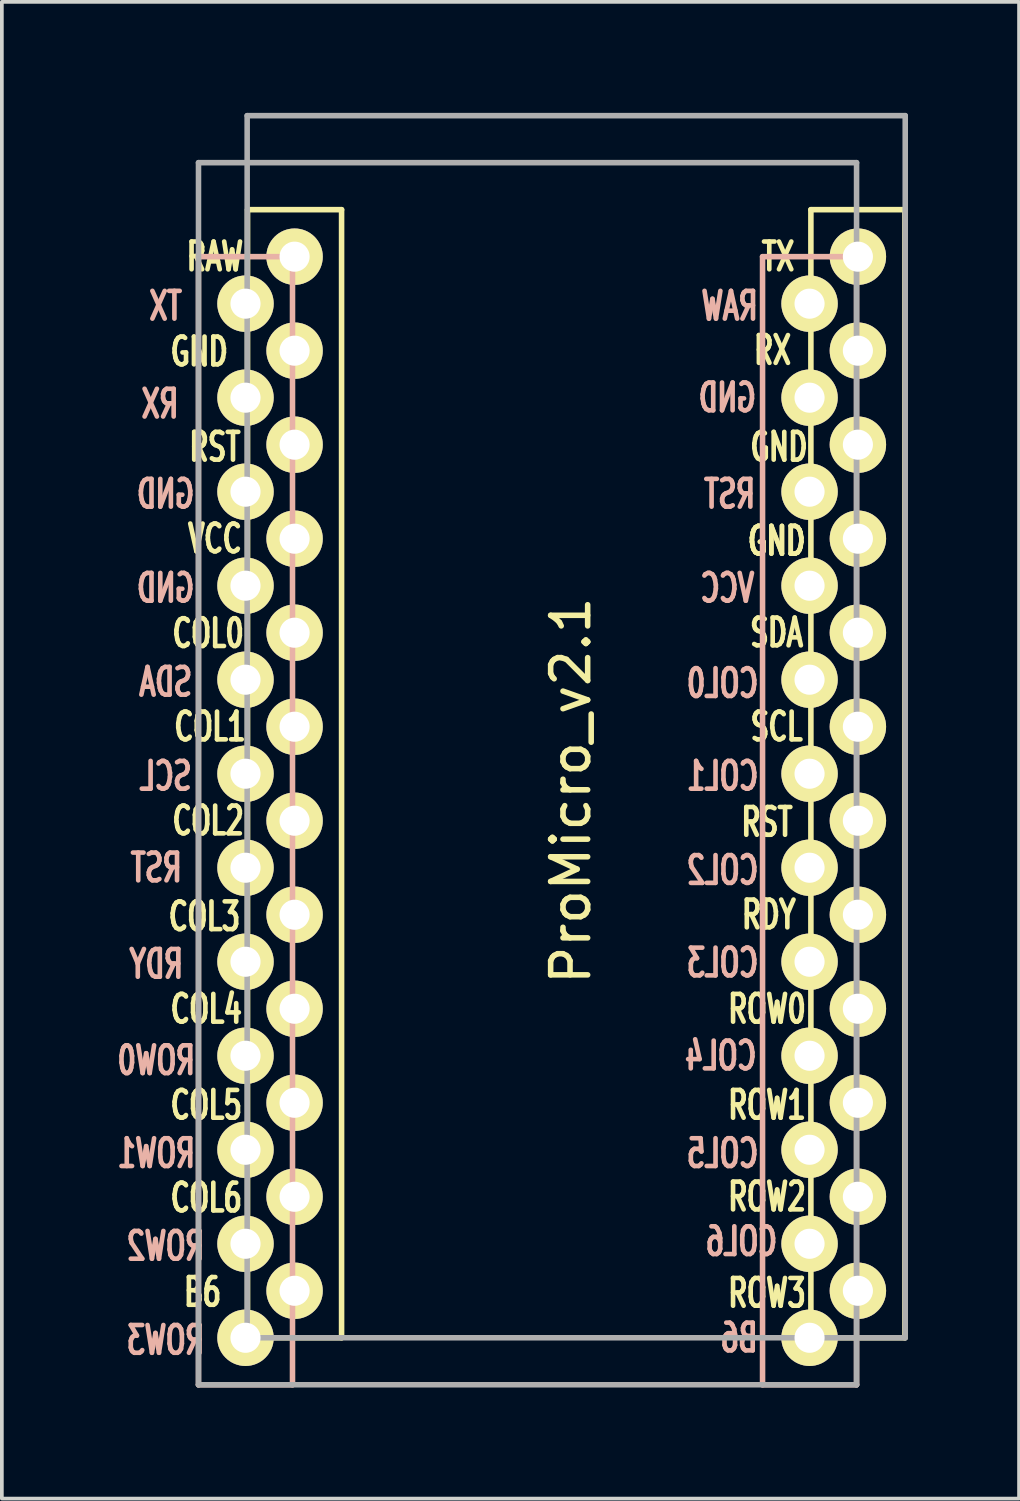
<source format=kicad_pcb>
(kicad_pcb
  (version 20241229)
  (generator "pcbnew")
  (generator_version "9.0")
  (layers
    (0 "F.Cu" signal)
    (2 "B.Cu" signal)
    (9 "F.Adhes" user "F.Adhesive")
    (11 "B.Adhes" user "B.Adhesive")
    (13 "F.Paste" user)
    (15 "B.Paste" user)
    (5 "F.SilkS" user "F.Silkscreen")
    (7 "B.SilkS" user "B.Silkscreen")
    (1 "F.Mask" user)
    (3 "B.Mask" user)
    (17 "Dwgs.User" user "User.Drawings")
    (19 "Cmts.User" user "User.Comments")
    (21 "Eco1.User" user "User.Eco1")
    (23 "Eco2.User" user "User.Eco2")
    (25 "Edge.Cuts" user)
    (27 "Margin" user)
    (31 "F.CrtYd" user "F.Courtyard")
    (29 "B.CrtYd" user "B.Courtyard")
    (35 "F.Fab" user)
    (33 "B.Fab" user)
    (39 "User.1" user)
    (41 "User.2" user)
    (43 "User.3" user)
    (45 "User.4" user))
  (footprint "ProMicro_v2.1"
    (layer "F.Cu")
    (at 12.473 18.363)
    (property "Reference" "ProMicro_v2.1" (at -0.1 -0.05 270) (layer "F.SilkS") (effects (font (size 1 1) (thickness 0.15))))
    (attr through_hole)
    (fp_line (start -8.834 -15.748) (end -6.294 -15.748) (stroke (width 0.15) (type solid)) (layer "F.SilkS"))
    (fp_line (start -8.834 14.732) (end -8.834 -15.748) (stroke (width 0.15) (type solid)) (layer "F.SilkS"))
    (fp_line (start -6.294 -15.748) (end -6.294 14.732) (stroke (width 0.15) (type solid)) (layer "F.SilkS"))
    (fp_line (start -6.294 14.732) (end -8.834 14.732) (stroke (width 0.15) (type solid)) (layer "F.SilkS"))
    (fp_line (start 6.386 -15.748) (end 8.926 -15.748) (stroke (width 0.15) (type solid)) (layer "F.SilkS"))
    (fp_line (start 6.386 14.732) (end 6.386 -15.748) (stroke (width 0.15) (type solid)) (layer "F.SilkS"))
    (fp_line (start 8.926 -15.748) (end 8.926 14.732) (stroke (width 0.15) (type solid)) (layer "F.SilkS"))
    (fp_line (start 8.926 14.732) (end 6.386 14.732) (stroke (width 0.15) (type solid)) (layer "F.SilkS"))
    (fp_line (start -10.16 -14.478) (end -7.62 -14.478) (stroke (width 0.15) (type solid)) (layer "B.SilkS"))
    (fp_line (start -10.16 16.002) (end -10.16 -14.478) (stroke (width 0.15) (type solid)) (layer "B.SilkS"))
    (fp_line (start -7.62 -14.478) (end -7.62 16.002) (stroke (width 0.15) (type solid)) (layer "B.SilkS"))
    (fp_line (start -7.62 16.002) (end -10.16 16.002) (stroke (width 0.15) (type solid)) (layer "B.SilkS"))
    (fp_line (start 5.08 -14.478) (end 7.62 -14.478) (stroke (width 0.15) (type solid)) (layer "B.SilkS"))
    (fp_line (start 5.08 16.002) (end 5.08 -14.478) (stroke (width 0.15) (type solid)) (layer "B.SilkS"))
    (fp_line (start 7.62 -14.478) (end 7.62 16.002) (stroke (width 0.15) (type solid)) (layer "B.SilkS"))
    (fp_line (start 7.62 16.002) (end 5.08 16.002) (stroke (width 0.15) (type solid)) (layer "B.SilkS"))
    (fp_line (start -10.16 -17.018) (end 7.62 -17.018) (stroke (width 0.15) (type solid)) (layer "F.Fab"))
    (fp_line (start -10.16 16.002) (end -10.16 -17.018) (stroke (width 0.15) (type solid)) (layer "F.Fab"))
    (fp_line (start -8.845 -18.288) (end 8.935 -18.288) (stroke (width 0.15) (type solid)) (layer "F.Fab"))
    (fp_line (start -8.845 14.732) (end -8.845 -18.288) (stroke (width 0.15) (type solid)) (layer "F.Fab"))
    (fp_line (start 7.62 -17.018) (end 7.62 16.002) (stroke (width 0.15) (type solid)) (layer "F.Fab"))
    (fp_line (start 7.62 16.002) (end -10.16 16.002) (stroke (width 0.15) (type solid)) (layer "F.Fab"))
    (fp_line (start 8.935 -18.288) (end 8.935 14.732) (stroke (width 0.15) (type solid)) (layer "F.Fab"))
    (fp_line (start 8.935 14.732) (end -8.845 14.732) (stroke (width 0.15) (type solid)) (layer "F.Fab"))
    (fp_text user "ROW0" (at 5.2 5.85 0) (layer "F.SilkS") (effects (font (size 0.75 0.5) (thickness 0.125))))
    (fp_text user "SDA" (at 5.461 -4.318 0) (layer "F.SilkS") (effects (font (size 0.75 0.5) (thickness 0.125))))
    (fp_text user "GND" (at -10.14 -11.91 0) (layer "F.SilkS") (effects (font (size 0.75 0.5) (thickness 0.125))))
    (fp_text user "GND" (at 5.461 -6.795 0) (layer "F.SilkS") (effects (font (size 0.75 0.5) (thickness 0.125))))
    (fp_text user "RX" (at 5.35 -11.95 0) (layer "F.SilkS") (effects (font (size 0.75 0.5) (thickness 0.125))))
    (fp_text user "COL6" (at -9.95 10.95 0) (layer "F.SilkS") (effects (font (size 0.75 0.5) (thickness 0.125))))
    (fp_text user "ROW1" (at 5.2 8.445 0) (layer "F.SilkS") (effects (font (size 0.75 0.5) (thickness 0.125))))
    (fp_text user "RST" (at 5.2 0.8 0) (layer "F.SilkS") (effects (font (size 0.75 0.5) (thickness 0.125))))
    (fp_text user "RDY" (at 5.25 3.302 0) (layer "F.SilkS") (effects (font (size 0.75 0.5) (thickness 0.125))))
    (fp_text user "SCL" (at 5.461 -1.778 0) (layer "F.SilkS") (effects (font (size 0.75 0.5) (thickness 0.125))))
    (fp_text user "COL0" (at -9.9 -4.3 0) (layer "F.SilkS") (effects (font (size 0.75 0.5) (thickness 0.125))))
    (fp_text user "VCC" (at -9.716 -6.858 0) (layer "F.SilkS") (effects (font (size 0.75 0.5) (thickness 0.125))))
    (fp_text user "RST" (at -9.716 -9.335 0) (layer "F.SilkS") (effects (font (size 0.75 0.5) (thickness 0.125))))
    (fp_text user "GND" (at 5.524 -9.335 0) (layer "F.SilkS") (effects (font (size 0.75 0.5) (thickness 0.125))))
    (fp_text user "COL2" (at -9.9 0.762 0) (layer "F.SilkS") (effects (font (size 0.75 0.5) (thickness 0.125))))
    (fp_text user "COL4" (at -9.95 5.85 0) (layer "F.SilkS") (effects (font (size 0.75 0.5) (thickness 0.125))))
    (fp_text user "COL3" (at -10 3.35 0) (layer "F.SilkS") (effects (font (size 0.75 0.5) (thickness 0.125))))
    (fp_text user "COL5" (at -9.95 8.445 0) (layer "F.SilkS") (effects (font (size 0.75 0.5) (thickness 0.125))))
    (fp_text user "TX" (at 5.5 -14.478 0) (layer "F.SilkS") (effects (font (size 0.75 0.5) (thickness 0.125))))
    (fp_text user "ROW3" (at 5.2 13.525 0) (layer "F.SilkS") (effects (font (size 0.75 0.5) (thickness 0.125))))
    (fp_text user "B6" (at -10.05 13.5 0) (layer "F.SilkS") (effects (font (size 0.75 0.5) (thickness 0.125))))
    (fp_text user "COL1" (at -9.85 -1.778 0) (layer "F.SilkS") (effects (font (size 0.75 0.5) (thickness 0.125))))
    (fp_text user "ROW2" (at 5.2 10.922 0) (layer "F.SilkS") (effects (font (size 0.75 0.5) (thickness 0.125))))
    (fp_text user "RAW" (at -9.716 -14.478 0) (layer "F.SilkS") (effects (font (size 0.75 0.5) (thickness 0.125))))
    (fp_text user "GND" (at 5.461 -6.795 0) (layer "F.SilkS") (effects (font (size 0.75 0.5) (thickness 0.125))))
    (fp_text user "COL4" (at 3.95 7.112 0) (layer "B.SilkS") (effects (font (size 0.75 0.5) (thickness 0.125)) (justify mirror)))
    (fp_text user "" (at -1.206 -16.256 0) (layer "B.SilkS") (effects (font (size 1 1) (thickness 0.15)) (justify mirror)))
    (fp_text user "ROW0" (at -11.3 7.239 0) (layer "B.SilkS") (effects (font (size 0.75 0.5) (thickness 0.125)) (justify mirror)))
    (fp_text user "RX" (at -11.2 -10.5 0) (layer "B.SilkS") (effects (font (size 0.75 0.5) (thickness 0.125)) (justify mirror)))
    (fp_text user "GND" (at -11.049 -5.524 0) (layer "B.SilkS") (effects (font (size 0.75 0.5) (thickness 0.125)) (justify mirror)))
    (fp_text user "GND" (at 4.128 -10.668 0) (layer "B.SilkS") (effects (font (size 0.75 0.5) (thickness 0.125)) (justify mirror)))
    (fp_text user "" (at -1.206 -16.256 0) (layer "B.SilkS") (effects (font (size 1 1) (thickness 0.15)) (justify mirror)))
    (fp_text user "COL2" (at 4 2.1 0) (layer "B.SilkS") (effects (font (size 0.75 0.5) (thickness 0.125)) (justify mirror)))
    (fp_text user "SDA" (at -11.049 -2.985 0) (layer "B.SilkS") (effects (font (size 0.75 0.5) (thickness 0.125)) (justify mirror)))
    (fp_text user "B6" (at 4.445 14.732 0) (layer "B.SilkS") (effects (font (size 0.75 0.5) (thickness 0.125)) (justify mirror)))
    (fp_text user "ROW2" (at -11.049 12.255 0) (layer "B.SilkS") (effects (font (size 0.75 0.5) (thickness 0.125)) (justify mirror)))
    (fp_text user "ROW1" (at -11.3 9.75 0) (layer "B.SilkS") (effects (font (size 0.75 0.5) (thickness 0.125)) (justify mirror)))
    (fp_text user "RAW" (at 4.191 -13.145 0) (layer "B.SilkS") (effects (font (size 0.75 0.5) (thickness 0.125)) (justify mirror)))
    (fp_text user "VCC" (at 4.128 -5.524 0) (layer "B.SilkS") (effects (font (size 0.75 0.5) (thickness 0.125)) (justify mirror)))
    (fp_text user "TX" (at -11.049 -13.145 0) (layer "B.SilkS") (effects (font (size 0.75 0.5) (thickness 0.125)) (justify mirror)))
    (fp_text user "ROW3" (at -11.049 14.796 0) (layer "B.SilkS") (effects (font (size 0.75 0.5) (thickness 0.125)) (justify mirror)))
    (fp_text user "COL6" (at 4.508 12.129 0) (layer "B.SilkS") (effects (font (size 0.75 0.5) (thickness 0.125)) (justify mirror)))
    (fp_text user "COL5" (at 4 9.75 0) (layer "B.SilkS") (effects (font (size 0.75 0.5) (thickness 0.125)) (justify mirror)))
    (fp_text user "COL3" (at 4 4.6 0) (layer "B.SilkS") (effects (font (size 0.75 0.5) (thickness 0.125)) (justify mirror)))
    (fp_text user "RST" (at 4.191 -8.065 0) (layer "B.SilkS") (effects (font (size 0.75 0.5) (thickness 0.125)) (justify mirror)))
    (fp_text user "SCL" (at -11.049 -0.445 0) (layer "B.SilkS") (effects (font (size 0.75 0.5) (thickness 0.125)) (justify mirror)))
    (fp_text user "GND" (at -11.049 -8.065 0) (layer "B.SilkS") (effects (font (size 0.75 0.5) (thickness 0.125)) (justify mirror)))
    (fp_text user "COL1" (at 4 -0.445 0) (layer "B.SilkS") (effects (font (size 0.75 0.5) (thickness 0.125)) (justify mirror)))
    (fp_text user "RST" (at -11.3 2.032 0) (layer "B.SilkS") (effects (font (size 0.75 0.5) (thickness 0.125)) (justify mirror)))
    (fp_text user "COL0" (at 4 -2.95 0) (layer "B.SilkS") (effects (font (size 0.75 0.5) (thickness 0.125)) (justify mirror)))
    (fp_text user "RDY" (at -11.3 4.636 0) (layer "B.SilkS") (effects (font (size 0.75 0.5) (thickness 0.125)) (justify mirror)))
    (pad "1" thru_hole circle (at -8.89 -13.208) (size 1.524 1.524) (drill 0.813) (layers "*.Cu" "*.Mask" "F.SilkS"))
    (pad "1" thru_hole circle (at 7.656 -14.478) (size 1.524 1.524) (drill 0.813) (layers "*.Cu" "*.Mask" "F.SilkS"))
    (pad "2" thru_hole circle (at -8.89 -10.668) (size 1.524 1.524) (drill 0.813) (layers "*.Cu" "*.Mask" "F.SilkS"))
    (pad "2" thru_hole circle (at 7.656 -11.938) (size 1.524 1.524) (drill 0.813) (layers "*.Cu" "*.Mask" "F.SilkS"))
    (pad "3" thru_hole circle (at -8.89 -8.128) (size 1.524 1.524) (drill 0.813) (layers "*.Cu" "*.Mask" "F.SilkS"))
    (pad "3" thru_hole circle (at 7.656 -9.398) (size 1.524 1.524) (drill 0.813) (layers "*.Cu" "*.Mask" "F.SilkS"))
    (pad "4" thru_hole circle (at -8.89 -5.588) (size 1.524 1.524) (drill 0.813) (layers "*.Cu" "*.Mask" "F.SilkS"))
    (pad "4" thru_hole circle (at 7.656 -6.858) (size 1.524 1.524) (drill 0.813) (layers "*.Cu" "*.Mask" "F.SilkS"))
    (pad "5" thru_hole circle (at -8.89 -3.048) (size 1.524 1.524) (drill 0.813) (layers "*.Cu" "*.Mask" "F.SilkS"))
    (pad "5" thru_hole circle (at 7.656 -4.318) (size 1.524 1.524) (drill 0.813) (layers "*.Cu" "*.Mask" "F.SilkS"))
    (pad "6" thru_hole circle (at -8.89 -0.508) (size 1.524 1.524) (drill 0.813) (layers "*.Cu" "*.Mask" "F.SilkS"))
    (pad "6" thru_hole circle (at 7.656 -1.778) (size 1.524 1.524) (drill 0.813) (layers "*.Cu" "*.Mask" "F.SilkS"))
    (pad "7" thru_hole circle (at -8.89 2.032) (size 1.524 1.524) (drill 0.813) (layers "*.Cu" "*.Mask" "F.SilkS"))
    (pad "7" thru_hole circle (at 7.656 0.762) (size 1.524 1.524) (drill 0.813) (layers "*.Cu" "*.Mask" "F.SilkS"))
    (pad "8" thru_hole circle (at -8.89 4.572) (size 1.524 1.524) (drill 0.813) (layers "*.Cu" "*.Mask" "F.SilkS"))
    (pad "8" thru_hole circle (at 7.656 3.302) (size 1.524 1.524) (drill 0.813) (layers "*.Cu" "*.Mask" "F.SilkS"))
    (pad "9" thru_hole circle (at -8.89 7.112) (size 1.524 1.524) (drill 0.813) (layers "*.Cu" "*.Mask" "F.SilkS"))
    (pad "9" thru_hole circle (at 7.656 5.842) (size 1.524 1.524) (drill 0.813) (layers "*.Cu" "*.Mask" "F.SilkS"))
    (pad "10" thru_hole circle (at -8.89 9.652) (size 1.524 1.524) (drill 0.813) (layers "*.Cu" "*.Mask" "F.SilkS"))
    (pad "10" thru_hole circle (at 7.656 8.382) (size 1.524 1.524) (drill 0.813) (layers "*.Cu" "*.Mask" "F.SilkS"))
    (pad "11" thru_hole circle (at -8.89 12.192) (size 1.524 1.524) (drill 0.813) (layers "*.Cu" "*.Mask" "F.SilkS"))
    (pad "11" thru_hole circle (at 7.656 10.922) (size 1.524 1.524) (drill 0.813) (layers "*.Cu" "*.Mask" "F.SilkS"))
    (pad "12" thru_hole circle (at -8.89 14.732) (size 1.524 1.524) (drill 0.813) (layers "*.Cu" "*.Mask" "F.SilkS"))
    (pad "12" thru_hole circle (at 7.656 13.462) (size 1.524 1.524) (drill 0.813) (layers "*.Cu" "*.Mask" "F.SilkS"))
    (pad "13" thru_hole circle (at -7.564 13.462) (size 1.524 1.524) (drill 0.813) (layers "*.Cu" "*.Mask" "F.SilkS"))
    (pad "13" thru_hole circle (at 6.35 14.732) (size 1.524 1.524) (drill 0.813) (layers "*.Cu" "*.Mask" "F.SilkS"))
    (pad "14" thru_hole circle (at -7.564 10.922) (size 1.524 1.524) (drill 0.813) (layers "*.Cu" "*.Mask" "F.SilkS"))
    (pad "14" thru_hole circle (at 6.35 12.192) (size 1.524 1.524) (drill 0.813) (layers "*.Cu" "*.Mask" "F.SilkS"))
    (pad "15" thru_hole circle (at -7.564 8.382) (size 1.524 1.524) (drill 0.813) (layers "*.Cu" "*.Mask" "F.SilkS"))
    (pad "15" thru_hole circle (at 6.35 9.652) (size 1.524 1.524) (drill 0.813) (layers "*.Cu" "*.Mask" "F.SilkS"))
    (pad "16" thru_hole circle (at -7.564 5.842) (size 1.524 1.524) (drill 0.813) (layers "*.Cu" "*.Mask" "F.SilkS"))
    (pad "16" thru_hole circle (at 6.35 7.112) (size 1.524 1.524) (drill 0.813) (layers "*.Cu" "*.Mask" "F.SilkS"))
    (pad "17" thru_hole circle (at -7.564 3.302) (size 1.524 1.524) (drill 0.813) (layers "*.Cu" "*.Mask" "F.SilkS"))
    (pad "17" thru_hole circle (at 6.35 4.572) (size 1.524 1.524) (drill 0.813) (layers "*.Cu" "*.Mask" "F.SilkS"))
    (pad "18" thru_hole circle (at -7.564 0.762) (size 1.524 1.524) (drill 0.813) (layers "*.Cu" "*.Mask" "F.SilkS"))
    (pad "18" thru_hole circle (at 6.35 2.032) (size 1.524 1.524) (drill 0.813) (layers "*.Cu" "*.Mask" "F.SilkS"))
    (pad "19" thru_hole circle (at -7.564 -1.778) (size 1.524 1.524) (drill 0.813) (layers "*.Cu" "*.Mask" "F.SilkS"))
    (pad "19" thru_hole circle (at 6.35 -0.508) (size 1.524 1.524) (drill 0.813) (layers "*.Cu" "*.Mask" "F.SilkS"))
    (pad "20" thru_hole circle (at -7.564 -4.318) (size 1.524 1.524) (drill 0.813) (layers "*.Cu" "*.Mask" "F.SilkS"))
    (pad "20" thru_hole circle (at 6.35 -3.048) (size 1.524 1.524) (drill 0.813) (layers "*.Cu" "*.Mask" "F.SilkS"))
    (pad "21" thru_hole circle (at -7.564 -6.858) (size 1.524 1.524) (drill 0.813) (layers "*.Cu" "*.Mask" "F.SilkS"))
    (pad "21" thru_hole circle (at 6.35 -5.588) (size 1.524 1.524) (drill 0.813) (layers "*.Cu" "*.Mask" "F.SilkS"))
    (pad "22" thru_hole circle (at -7.564 -9.398) (size 1.524 1.524) (drill 0.813) (layers "*.Cu" "*.Mask" "F.SilkS"))
    (pad "22" thru_hole circle (at 6.35 -8.128) (size 1.524 1.524) (drill 0.813) (layers "*.Cu" "*.Mask" "F.SilkS"))
    (pad "23" thru_hole circle (at -7.564 -11.938) (size 1.524 1.524) (drill 0.813) (layers "*.Cu" "*.Mask" "F.SilkS"))
    (pad "23" thru_hole circle (at 6.35 -10.668) (size 1.524 1.524) (drill 0.813) (layers "*.Cu" "*.Mask" "F.SilkS"))
    (pad "24" thru_hole circle (at -7.564 -14.478) (size 1.524 1.524) (drill 0.813) (layers "*.Cu" "*.Mask" "F.SilkS"))
    (pad "24" thru_hole circle (at 6.35 -13.208) (size 1.524 1.524) (drill 0.813) (layers "*.Cu" "*.Mask" "F.SilkS")))
  (gr_rect
    (start -3 -3)
    (end 24.483 37.44)
    (stroke (width 0.1) (type default))
    (fill no)
    (layer "Edge.Cuts")))
</source>
